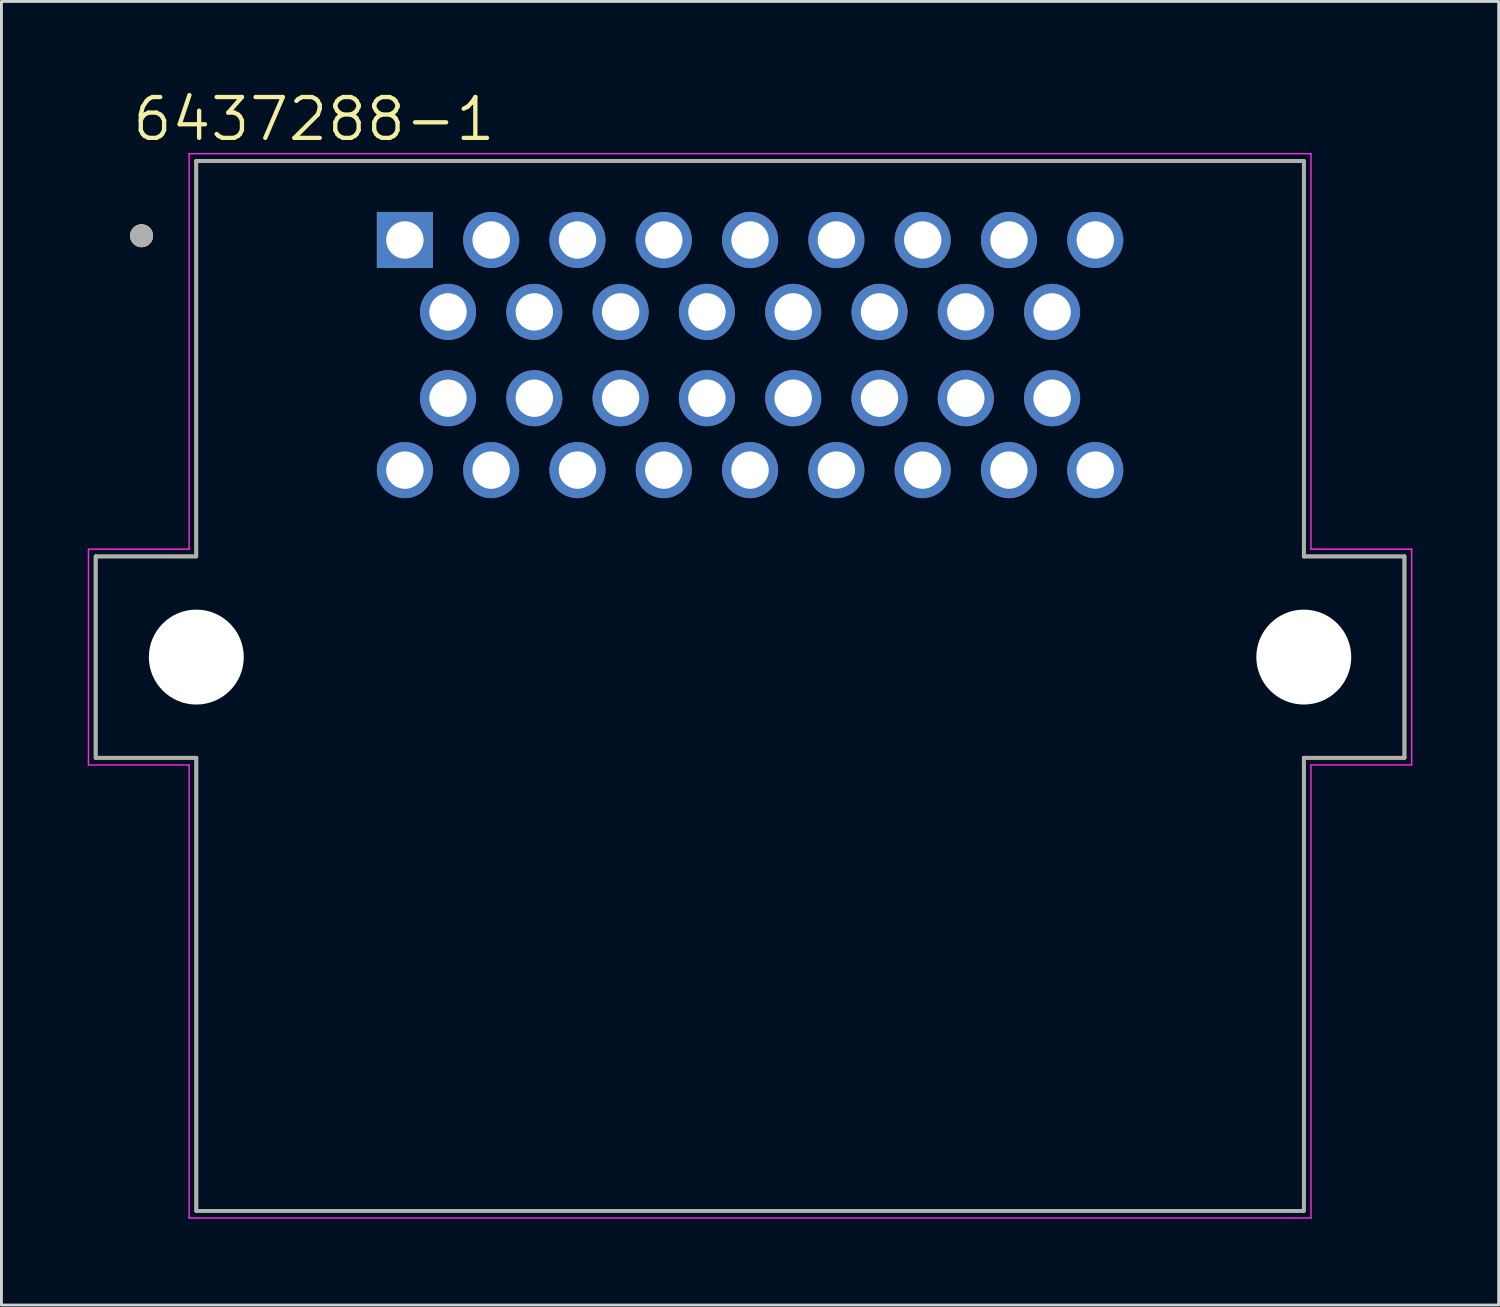
<source format=kicad_pcb>
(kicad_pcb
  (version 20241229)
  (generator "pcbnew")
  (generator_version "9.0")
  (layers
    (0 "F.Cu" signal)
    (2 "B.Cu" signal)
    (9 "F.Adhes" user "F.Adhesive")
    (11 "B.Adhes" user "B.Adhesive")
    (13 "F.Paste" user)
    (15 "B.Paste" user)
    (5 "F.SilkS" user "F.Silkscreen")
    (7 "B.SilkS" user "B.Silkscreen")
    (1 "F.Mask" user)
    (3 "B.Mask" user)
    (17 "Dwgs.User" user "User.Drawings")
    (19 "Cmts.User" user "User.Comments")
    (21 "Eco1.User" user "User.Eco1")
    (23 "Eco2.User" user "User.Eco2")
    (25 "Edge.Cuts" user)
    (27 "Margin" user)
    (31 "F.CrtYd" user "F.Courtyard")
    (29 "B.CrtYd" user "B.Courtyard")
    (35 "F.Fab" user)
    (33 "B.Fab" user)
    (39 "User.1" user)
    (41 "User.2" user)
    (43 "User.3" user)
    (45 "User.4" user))
  (footprint "6437288-1"
    (layer "F.Cu")
    (at 23.025 9.293)
    (property "Reference" "6437288-1" (at -15.163 -8.199 0) (layer "F.SilkS") (effects (font (size 1.42 1.42) (thickness 0.15))))
    (attr through_hole)
    (fp_line (start -22.75 7) (end -22.75 14) (stroke (width 0.127) (type solid)) (layer "F.SilkS"))
    (fp_line (start -22.75 14) (end -19.25 14) (stroke (width 0.127) (type solid)) (layer "F.SilkS"))
    (fp_line (start -19.253 -6.748) (end -19.253 7) (stroke (width 0.127) (type solid)) (layer "F.SilkS"))
    (fp_line (start -19.253 7) (end -22.75 7) (stroke (width 0.127) (type solid)) (layer "F.SilkS"))
    (fp_line (start -19.25 14) (end -19.25 29.75) (stroke (width 0.127) (type solid)) (layer "F.SilkS"))
    (fp_line (start -19.25 29.75) (end 19.25 29.75) (stroke (width 0.127) (type solid)) (layer "F.SilkS"))
    (fp_line (start 19.25 -6.75) (end -19.25 -6.75) (stroke (width 0.127) (type solid)) (layer "F.SilkS"))
    (fp_line (start 19.25 7) (end 19.25 -6.75) (stroke (width 0.127) (type solid)) (layer "F.SilkS"))
    (fp_line (start 19.25 14) (end 22.75 14) (stroke (width 0.127) (type solid)) (layer "F.SilkS"))
    (fp_line (start 19.25 29.75) (end 19.25 14) (stroke (width 0.127) (type solid)) (layer "F.SilkS"))
    (fp_line (start 22.75 7) (end 19.25 7) (stroke (width 0.127) (type solid)) (layer "F.SilkS"))
    (fp_line (start 22.75 14) (end 22.75 7) (stroke (width 0.127) (type solid)) (layer "F.SilkS"))
    (fp_circle (center -21.154 -4.148) (end -20.954 -4.148) (stroke (width 0.4) (type solid)) (fill no) (layer "F.SilkS"))
    (fp_line (start -23 6.75) (end -23 14.25) (stroke (width 0.05) (type solid)) (layer "F.CrtYd"))
    (fp_line (start -23 14.25) (end -19.5 14.25) (stroke (width 0.05) (type solid)) (layer "F.CrtYd"))
    (fp_line (start -19.5 -7) (end -19.5 6.75) (stroke (width 0.05) (type solid)) (layer "F.CrtYd"))
    (fp_line (start -19.5 6.75) (end -23 6.75) (stroke (width 0.05) (type solid)) (layer "F.CrtYd"))
    (fp_line (start -19.5 14.25) (end -19.5 30) (stroke (width 0.05) (type solid)) (layer "F.CrtYd"))
    (fp_line (start -19.5 30) (end 19.5 30) (stroke (width 0.05) (type solid)) (layer "F.CrtYd"))
    (fp_line (start 19.5 -7) (end -19.5 -7) (stroke (width 0.05) (type solid)) (layer "F.CrtYd"))
    (fp_line (start 19.5 6.75) (end 19.5 -7) (stroke (width 0.05) (type solid)) (layer "F.CrtYd"))
    (fp_line (start 19.5 14.25) (end 23 14.25) (stroke (width 0.05) (type solid)) (layer "F.CrtYd"))
    (fp_line (start 19.5 30) (end 19.5 14.25) (stroke (width 0.05) (type solid)) (layer "F.CrtYd"))
    (fp_line (start 23 6.75) (end 19.5 6.75) (stroke (width 0.05) (type solid)) (layer "F.CrtYd"))
    (fp_line (start 23 14.25) (end 23 6.75) (stroke (width 0.05) (type solid)) (layer "F.CrtYd"))
    (fp_line (start -22.75 7) (end -22.75 14) (stroke (width 0.127) (type solid)) (layer "F.Fab"))
    (fp_line (start -22.75 14) (end -19.25 14) (stroke (width 0.127) (type solid)) (layer "F.Fab"))
    (fp_line (start -19.25 -6.75) (end -19.25 7) (stroke (width 0.127) (type solid)) (layer "F.Fab"))
    (fp_line (start -19.25 7) (end -22.75 7) (stroke (width 0.127) (type solid)) (layer "F.Fab"))
    (fp_line (start -19.25 14) (end -19.25 29.75) (stroke (width 0.127) (type solid)) (layer "F.Fab"))
    (fp_line (start -19.25 29.75) (end 19.25 29.75) (stroke (width 0.127) (type solid)) (layer "F.Fab"))
    (fp_line (start 19.25 -6.75) (end -19.25 -6.75) (stroke (width 0.127) (type solid)) (layer "F.Fab"))
    (fp_line (start 19.25 7) (end 19.25 -6.75) (stroke (width 0.127) (type solid)) (layer "F.Fab"))
    (fp_line (start 19.25 7) (end 22.75 7) (stroke (width 0.127) (type solid)) (layer "F.Fab"))
    (fp_line (start 19.25 29.75) (end 19.25 14) (stroke (width 0.127) (type solid)) (layer "F.Fab"))
    (fp_line (start 22.75 7) (end 22.75 14) (stroke (width 0.127) (type solid)) (layer "F.Fab"))
    (fp_line (start 22.75 14) (end 19.25 14) (stroke (width 0.127) (type solid)) (layer "F.Fab"))
    (fp_circle (center -21.154 -4.148) (end -20.954 -4.148) (stroke (width 0.4) (type solid)) (fill no) (layer "F.Fab"))
    (pad "" np_thru_hole circle (at -19.25 10.5) (size 3.3 3.3) (drill 3.3) (layers "*.Cu" "*.Mask"))
    (pad "" np_thru_hole circle (at 19.25 10.5) (size 3.3 3.3) (drill 3.3) (layers "*.Cu" "*.Mask"))
    (pad "1" thru_hole rect (at -12 -4) (size 1.95 1.95) (drill 1.3) (layers "*.Cu" "*.Mask"))
    (pad "2" thru_hole circle (at -9 -4) (size 1.95 1.95) (drill 1.3) (layers "*.Cu" "*.Mask"))
    (pad "3" thru_hole circle (at -6 -4) (size 1.95 1.95) (drill 1.3) (layers "*.Cu" "*.Mask"))
    (pad "4" thru_hole circle (at -3 -4) (size 1.95 1.95) (drill 1.3) (layers "*.Cu" "*.Mask"))
    (pad "5" thru_hole circle (at 0 -4) (size 1.95 1.95) (drill 1.3) (layers "*.Cu" "*.Mask"))
    (pad "6" thru_hole circle (at 3 -4) (size 1.95 1.95) (drill 1.3) (layers "*.Cu" "*.Mask"))
    (pad "7" thru_hole circle (at 6 -4) (size 1.95 1.95) (drill 1.3) (layers "*.Cu" "*.Mask"))
    (pad "8" thru_hole circle (at 9 -4) (size 1.95 1.95) (drill 1.3) (layers "*.Cu" "*.Mask"))
    (pad "9" thru_hole circle (at 12 -4) (size 1.95 1.95) (drill 1.3) (layers "*.Cu" "*.Mask"))
    (pad "10" thru_hole circle (at -10.5 -1.5) (size 1.95 1.95) (drill 1.3) (layers "*.Cu" "*.Mask"))
    (pad "11" thru_hole circle (at -7.5 -1.5) (size 1.95 1.95) (drill 1.3) (layers "*.Cu" "*.Mask"))
    (pad "12" thru_hole circle (at -4.5 -1.5) (size 1.95 1.95) (drill 1.3) (layers "*.Cu" "*.Mask"))
    (pad "13" thru_hole circle (at -1.5 -1.5) (size 1.95 1.95) (drill 1.3) (layers "*.Cu" "*.Mask"))
    (pad "14" thru_hole circle (at 1.5 -1.5) (size 1.95 1.95) (drill 1.3) (layers "*.Cu" "*.Mask"))
    (pad "15" thru_hole circle (at 4.5 -1.5) (size 1.95 1.95) (drill 1.3) (layers "*.Cu" "*.Mask"))
    (pad "16" thru_hole circle (at 7.5 -1.5) (size 1.95 1.95) (drill 1.3) (layers "*.Cu" "*.Mask"))
    (pad "17" thru_hole circle (at 10.5 -1.5) (size 1.95 1.95) (drill 1.3) (layers "*.Cu" "*.Mask"))
    (pad "18" thru_hole circle (at -10.5 1.5) (size 1.95 1.95) (drill 1.3) (layers "*.Cu" "*.Mask"))
    (pad "19" thru_hole circle (at -7.5 1.5) (size 1.95 1.95) (drill 1.3) (layers "*.Cu" "*.Mask"))
    (pad "20" thru_hole circle (at -4.5 1.5) (size 1.95 1.95) (drill 1.3) (layers "*.Cu" "*.Mask"))
    (pad "21" thru_hole circle (at -1.5 1.5) (size 1.95 1.95) (drill 1.3) (layers "*.Cu" "*.Mask"))
    (pad "22" thru_hole circle (at 1.5 1.5) (size 1.95 1.95) (drill 1.3) (layers "*.Cu" "*.Mask"))
    (pad "23" thru_hole circle (at 4.5 1.5) (size 1.95 1.95) (drill 1.3) (layers "*.Cu" "*.Mask"))
    (pad "24" thru_hole circle (at 7.5 1.5) (size 1.95 1.95) (drill 1.3) (layers "*.Cu" "*.Mask"))
    (pad "25" thru_hole circle (at 10.5 1.5) (size 1.95 1.95) (drill 1.3) (layers "*.Cu" "*.Mask"))
    (pad "26" thru_hole circle (at -12 4) (size 1.95 1.95) (drill 1.3) (layers "*.Cu" "*.Mask"))
    (pad "27" thru_hole circle (at -9 4) (size 1.95 1.95) (drill 1.3) (layers "*.Cu" "*.Mask"))
    (pad "28" thru_hole circle (at -6 4) (size 1.95 1.95) (drill 1.3) (layers "*.Cu" "*.Mask"))
    (pad "29" thru_hole circle (at -3 4) (size 1.95 1.95) (drill 1.3) (layers "*.Cu" "*.Mask"))
    (pad "30" thru_hole circle (at 0 4) (size 1.95 1.95) (drill 1.3) (layers "*.Cu" "*.Mask"))
    (pad "31" thru_hole circle (at 3 4) (size 1.95 1.95) (drill 1.3) (layers "*.Cu" "*.Mask"))
    (pad "32" thru_hole circle (at 6 4) (size 1.95 1.95) (drill 1.3) (layers "*.Cu" "*.Mask"))
    (pad "33" thru_hole circle (at 9 4) (size 1.95 1.95) (drill 1.3) (layers "*.Cu" "*.Mask"))
    (pad "34" thru_hole circle (at 12 4) (size 1.95 1.95) (drill 1.3) (layers "*.Cu" "*.Mask")))
  (gr_rect
    (start -3 -3)
    (end 49.05 42.318)
    (stroke (width 0.1) (type default))
    (fill no)
    (layer "Edge.Cuts")))
</source>
